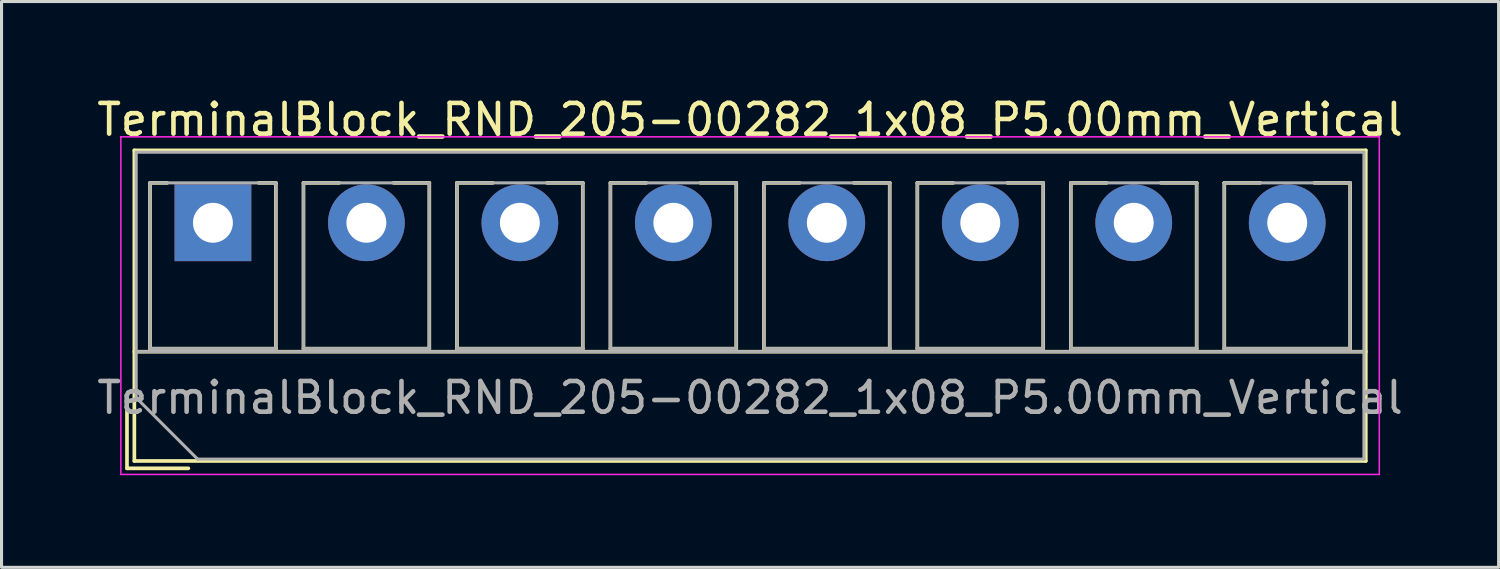
<source format=kicad_pcb>
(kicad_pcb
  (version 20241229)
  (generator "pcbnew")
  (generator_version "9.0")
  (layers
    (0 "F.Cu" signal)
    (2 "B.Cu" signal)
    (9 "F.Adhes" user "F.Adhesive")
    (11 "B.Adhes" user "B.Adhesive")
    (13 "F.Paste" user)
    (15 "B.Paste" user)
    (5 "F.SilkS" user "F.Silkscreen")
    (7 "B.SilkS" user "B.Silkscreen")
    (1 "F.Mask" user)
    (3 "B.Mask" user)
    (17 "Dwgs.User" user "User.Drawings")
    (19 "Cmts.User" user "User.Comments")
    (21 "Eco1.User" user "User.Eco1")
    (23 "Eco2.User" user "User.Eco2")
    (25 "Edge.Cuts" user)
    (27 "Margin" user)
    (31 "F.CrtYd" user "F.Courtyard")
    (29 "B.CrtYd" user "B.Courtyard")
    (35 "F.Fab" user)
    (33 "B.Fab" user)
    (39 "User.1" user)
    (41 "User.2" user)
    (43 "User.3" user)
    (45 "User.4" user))
  (footprint "TerminalBlock_RND_205-00282_1x08_P5.00mm_Vertical"
    (layer "F.Cu")
    (at 3.887 4.208)
    (property "Reference" "TerminalBlock_RND_205-00282_1x08_P5.00mm_Vertical" (at 17.5 -3.36 0) (layer "F.SilkS") (effects (font (size 1 1) (thickness 0.15))))
    (attr through_hole)
    (fp_line (start -2.8 5.76) (end -2.8 8) (stroke (width 0.12) (type solid)) (layer "F.SilkS"))
    (fp_line (start -2.8 8) (end -0.8 8) (stroke (width 0.12) (type solid)) (layer "F.SilkS"))
    (fp_line (start -2.56 -2.36) (end -2.56 7.76) (stroke (width 0.12) (type solid)) (layer "F.SilkS"))
    (fp_line (start -2.56 -2.36) (end 37.56 -2.36) (stroke (width 0.12) (type solid)) (layer "F.SilkS"))
    (fp_line (start -2.56 4.2) (end 37.56 4.2) (stroke (width 0.12) (type solid)) (layer "F.SilkS"))
    (fp_line (start -2.56 7.76) (end 37.56 7.76) (stroke (width 0.12) (type solid)) (layer "F.SilkS"))
    (fp_line (start -2.05 -1.3) (end -2.05 4.1) (stroke (width 0.12) (type solid)) (layer "F.SilkS"))
    (fp_line (start -2.05 -1.3) (end -1.49 -1.3) (stroke (width 0.12) (type solid)) (layer "F.SilkS"))
    (fp_line (start -2.05 4.1) (end 2.05 4.1) (stroke (width 0.12) (type solid)) (layer "F.SilkS"))
    (fp_line (start 1.49 -1.3) (end 2.05 -1.3) (stroke (width 0.12) (type solid)) (layer "F.SilkS"))
    (fp_line (start 2.05 -1.3) (end 2.05 4.1) (stroke (width 0.12) (type solid)) (layer "F.SilkS"))
    (fp_line (start 2.95 -1.3) (end 2.95 4.1) (stroke (width 0.12) (type solid)) (layer "F.SilkS"))
    (fp_line (start 2.95 -1.3) (end 4.117 -1.3) (stroke (width 0.12) (type solid)) (layer "F.SilkS"))
    (fp_line (start 2.95 4.1) (end 7.05 4.1) (stroke (width 0.12) (type solid)) (layer "F.SilkS"))
    (fp_line (start 5.884 -1.3) (end 7.05 -1.3) (stroke (width 0.12) (type solid)) (layer "F.SilkS"))
    (fp_line (start 7.05 -1.3) (end 7.05 4.1) (stroke (width 0.12) (type solid)) (layer "F.SilkS"))
    (fp_line (start 7.95 -1.3) (end 7.95 4.1) (stroke (width 0.12) (type solid)) (layer "F.SilkS"))
    (fp_line (start 7.95 -1.3) (end 9.117 -1.3) (stroke (width 0.12) (type solid)) (layer "F.SilkS"))
    (fp_line (start 7.95 4.1) (end 12.05 4.1) (stroke (width 0.12) (type solid)) (layer "F.SilkS"))
    (fp_line (start 10.884 -1.3) (end 12.05 -1.3) (stroke (width 0.12) (type solid)) (layer "F.SilkS"))
    (fp_line (start 12.05 -1.3) (end 12.05 4.1) (stroke (width 0.12) (type solid)) (layer "F.SilkS"))
    (fp_line (start 12.95 -1.3) (end 12.95 4.1) (stroke (width 0.12) (type solid)) (layer "F.SilkS"))
    (fp_line (start 12.95 -1.3) (end 14.117 -1.3) (stroke (width 0.12) (type solid)) (layer "F.SilkS"))
    (fp_line (start 12.95 4.1) (end 17.05 4.1) (stroke (width 0.12) (type solid)) (layer "F.SilkS"))
    (fp_line (start 15.884 -1.3) (end 17.05 -1.3) (stroke (width 0.12) (type solid)) (layer "F.SilkS"))
    (fp_line (start 17.05 -1.3) (end 17.05 4.1) (stroke (width 0.12) (type solid)) (layer "F.SilkS"))
    (fp_line (start 17.95 -1.3) (end 17.95 4.1) (stroke (width 0.12) (type solid)) (layer "F.SilkS"))
    (fp_line (start 17.95 -1.3) (end 19.117 -1.3) (stroke (width 0.12) (type solid)) (layer "F.SilkS"))
    (fp_line (start 17.95 4.1) (end 22.05 4.1) (stroke (width 0.12) (type solid)) (layer "F.SilkS"))
    (fp_line (start 20.884 -1.3) (end 22.05 -1.3) (stroke (width 0.12) (type solid)) (layer "F.SilkS"))
    (fp_line (start 22.05 -1.3) (end 22.05 4.1) (stroke (width 0.12) (type solid)) (layer "F.SilkS"))
    (fp_line (start 22.95 -1.3) (end 22.95 4.1) (stroke (width 0.12) (type solid)) (layer "F.SilkS"))
    (fp_line (start 22.95 -1.3) (end 24.117 -1.3) (stroke (width 0.12) (type solid)) (layer "F.SilkS"))
    (fp_line (start 22.95 4.1) (end 27.05 4.1) (stroke (width 0.12) (type solid)) (layer "F.SilkS"))
    (fp_line (start 25.884 -1.3) (end 27.05 -1.3) (stroke (width 0.12) (type solid)) (layer "F.SilkS"))
    (fp_line (start 27.05 -1.3) (end 27.05 4.1) (stroke (width 0.12) (type solid)) (layer "F.SilkS"))
    (fp_line (start 27.95 -1.3) (end 27.95 4.1) (stroke (width 0.12) (type solid)) (layer "F.SilkS"))
    (fp_line (start 27.95 -1.3) (end 29.117 -1.3) (stroke (width 0.12) (type solid)) (layer "F.SilkS"))
    (fp_line (start 27.95 4.1) (end 32.05 4.1) (stroke (width 0.12) (type solid)) (layer "F.SilkS"))
    (fp_line (start 30.884 -1.3) (end 32.05 -1.3) (stroke (width 0.12) (type solid)) (layer "F.SilkS"))
    (fp_line (start 32.05 -1.3) (end 32.05 4.1) (stroke (width 0.12) (type solid)) (layer "F.SilkS"))
    (fp_line (start 32.95 -1.3) (end 32.95 4.1) (stroke (width 0.12) (type solid)) (layer "F.SilkS"))
    (fp_line (start 32.95 -1.3) (end 34.117 -1.3) (stroke (width 0.12) (type solid)) (layer "F.SilkS"))
    (fp_line (start 32.95 4.1) (end 37.05 4.1) (stroke (width 0.12) (type solid)) (layer "F.SilkS"))
    (fp_line (start 35.884 -1.3) (end 37.05 -1.3) (stroke (width 0.12) (type solid)) (layer "F.SilkS"))
    (fp_line (start 37.05 -1.3) (end 37.05 4.1) (stroke (width 0.12) (type solid)) (layer "F.SilkS"))
    (fp_line (start 37.56 -2.36) (end 37.56 7.76) (stroke (width 0.12) (type solid)) (layer "F.SilkS"))
    (fp_line (start -3 -2.8) (end -3 8.2) (stroke (width 0.05) (type solid)) (layer "F.CrtYd"))
    (fp_line (start -3 8.2) (end 38 8.2) (stroke (width 0.05) (type solid)) (layer "F.CrtYd"))
    (fp_line (start 38 -2.8) (end -3 -2.8) (stroke (width 0.05) (type solid)) (layer "F.CrtYd"))
    (fp_line (start 38 8.2) (end 38 -2.8) (stroke (width 0.05) (type solid)) (layer "F.CrtYd"))
    (fp_line (start -2.5 -2.3) (end 37.5 -2.3) (stroke (width 0.1) (type solid)) (layer "F.Fab"))
    (fp_line (start -2.5 4.2) (end 37.5 4.2) (stroke (width 0.1) (type solid)) (layer "F.Fab"))
    (fp_line (start -2.5 5.7) (end -2.5 -2.3) (stroke (width 0.1) (type solid)) (layer "F.Fab"))
    (fp_line (start -2.05 -1.3) (end -2.05 4.1) (stroke (width 0.1) (type solid)) (layer "F.Fab"))
    (fp_line (start -2.05 4.1) (end 2.05 4.1) (stroke (width 0.1) (type solid)) (layer "F.Fab"))
    (fp_line (start -0.5 7.7) (end -2.5 5.7) (stroke (width 0.1) (type solid)) (layer "F.Fab"))
    (fp_line (start 2.05 -1.3) (end -2.05 -1.3) (stroke (width 0.1) (type solid)) (layer "F.Fab"))
    (fp_line (start 2.05 4.1) (end 2.05 -1.3) (stroke (width 0.1) (type solid)) (layer "F.Fab"))
    (fp_line (start 2.95 -1.3) (end 2.95 4.1) (stroke (width 0.1) (type solid)) (layer "F.Fab"))
    (fp_line (start 2.95 4.1) (end 7.05 4.1) (stroke (width 0.1) (type solid)) (layer "F.Fab"))
    (fp_line (start 7.05 -1.3) (end 2.95 -1.3) (stroke (width 0.1) (type solid)) (layer "F.Fab"))
    (fp_line (start 7.05 4.1) (end 7.05 -1.3) (stroke (width 0.1) (type solid)) (layer "F.Fab"))
    (fp_line (start 7.95 -1.3) (end 7.95 4.1) (stroke (width 0.1) (type solid)) (layer "F.Fab"))
    (fp_line (start 7.95 4.1) (end 12.05 4.1) (stroke (width 0.1) (type solid)) (layer "F.Fab"))
    (fp_line (start 12.05 -1.3) (end 7.95 -1.3) (stroke (width 0.1) (type solid)) (layer "F.Fab"))
    (fp_line (start 12.05 4.1) (end 12.05 -1.3) (stroke (width 0.1) (type solid)) (layer "F.Fab"))
    (fp_line (start 12.95 -1.3) (end 12.95 4.1) (stroke (width 0.1) (type solid)) (layer "F.Fab"))
    (fp_line (start 12.95 4.1) (end 17.05 4.1) (stroke (width 0.1) (type solid)) (layer "F.Fab"))
    (fp_line (start 17.05 -1.3) (end 12.95 -1.3) (stroke (width 0.1) (type solid)) (layer "F.Fab"))
    (fp_line (start 17.05 4.1) (end 17.05 -1.3) (stroke (width 0.1) (type solid)) (layer "F.Fab"))
    (fp_line (start 17.95 -1.3) (end 17.95 4.1) (stroke (width 0.1) (type solid)) (layer "F.Fab"))
    (fp_line (start 17.95 4.1) (end 22.05 4.1) (stroke (width 0.1) (type solid)) (layer "F.Fab"))
    (fp_line (start 22.05 -1.3) (end 17.95 -1.3) (stroke (width 0.1) (type solid)) (layer "F.Fab"))
    (fp_line (start 22.05 4.1) (end 22.05 -1.3) (stroke (width 0.1) (type solid)) (layer "F.Fab"))
    (fp_line (start 22.95 -1.3) (end 22.95 4.1) (stroke (width 0.1) (type solid)) (layer "F.Fab"))
    (fp_line (start 22.95 4.1) (end 27.05 4.1) (stroke (width 0.1) (type solid)) (layer "F.Fab"))
    (fp_line (start 27.05 -1.3) (end 22.95 -1.3) (stroke (width 0.1) (type solid)) (layer "F.Fab"))
    (fp_line (start 27.05 4.1) (end 27.05 -1.3) (stroke (width 0.1) (type solid)) (layer "F.Fab"))
    (fp_line (start 27.95 -1.3) (end 27.95 4.1) (stroke (width 0.1) (type solid)) (layer "F.Fab"))
    (fp_line (start 27.95 4.1) (end 32.05 4.1) (stroke (width 0.1) (type solid)) (layer "F.Fab"))
    (fp_line (start 32.05 -1.3) (end 27.95 -1.3) (stroke (width 0.1) (type solid)) (layer "F.Fab"))
    (fp_line (start 32.05 4.1) (end 32.05 -1.3) (stroke (width 0.1) (type solid)) (layer "F.Fab"))
    (fp_line (start 32.95 -1.3) (end 32.95 4.1) (stroke (width 0.1) (type solid)) (layer "F.Fab"))
    (fp_line (start 32.95 4.1) (end 37.05 4.1) (stroke (width 0.1) (type solid)) (layer "F.Fab"))
    (fp_line (start 37.05 -1.3) (end 32.95 -1.3) (stroke (width 0.1) (type solid)) (layer "F.Fab"))
    (fp_line (start 37.05 4.1) (end 37.05 -1.3) (stroke (width 0.1) (type solid)) (layer "F.Fab"))
    (fp_line (start 37.5 -2.3) (end 37.5 7.7) (stroke (width 0.1) (type solid)) (layer "F.Fab"))
    (fp_line (start 37.5 7.7) (end -0.5 7.7) (stroke (width 0.1) (type solid)) (layer "F.Fab"))
    (fp_text user "${REFERENCE}" (at 17.5 5.7 0) (layer "F.Fab") (effects (font (size 1 1) (thickness 0.15))))
    (pad "1" thru_hole rect (at 0 0) (size 2.5 2.5) (drill 1.3) (layers "*.Cu" "*.Mask"))
    (pad "2" thru_hole circle (at 5 0) (size 2.5 2.5) (drill 1.3) (layers "*.Cu" "*.Mask"))
    (pad "3" thru_hole circle (at 10 0) (size 2.5 2.5) (drill 1.3) (layers "*.Cu" "*.Mask"))
    (pad "4" thru_hole circle (at 15 0) (size 2.5 2.5) (drill 1.3) (layers "*.Cu" "*.Mask"))
    (pad "5" thru_hole circle (at 20 0) (size 2.5 2.5) (drill 1.3) (layers "*.Cu" "*.Mask"))
    (pad "6" thru_hole circle (at 25 0) (size 2.5 2.5) (drill 1.3) (layers "*.Cu" "*.Mask"))
    (pad "7" thru_hole circle (at 30 0) (size 2.5 2.5) (drill 1.3) (layers "*.Cu" "*.Mask"))
    (pad "8" thru_hole circle (at 35 0) (size 2.5 2.5) (drill 1.3) (layers "*.Cu" "*.Mask")))
  (gr_rect
    (start -3 -3)
    (end 45.774 15.433)
    (stroke (width 0.1) (type default))
    (fill no)
    (layer "Edge.Cuts")))
</source>
